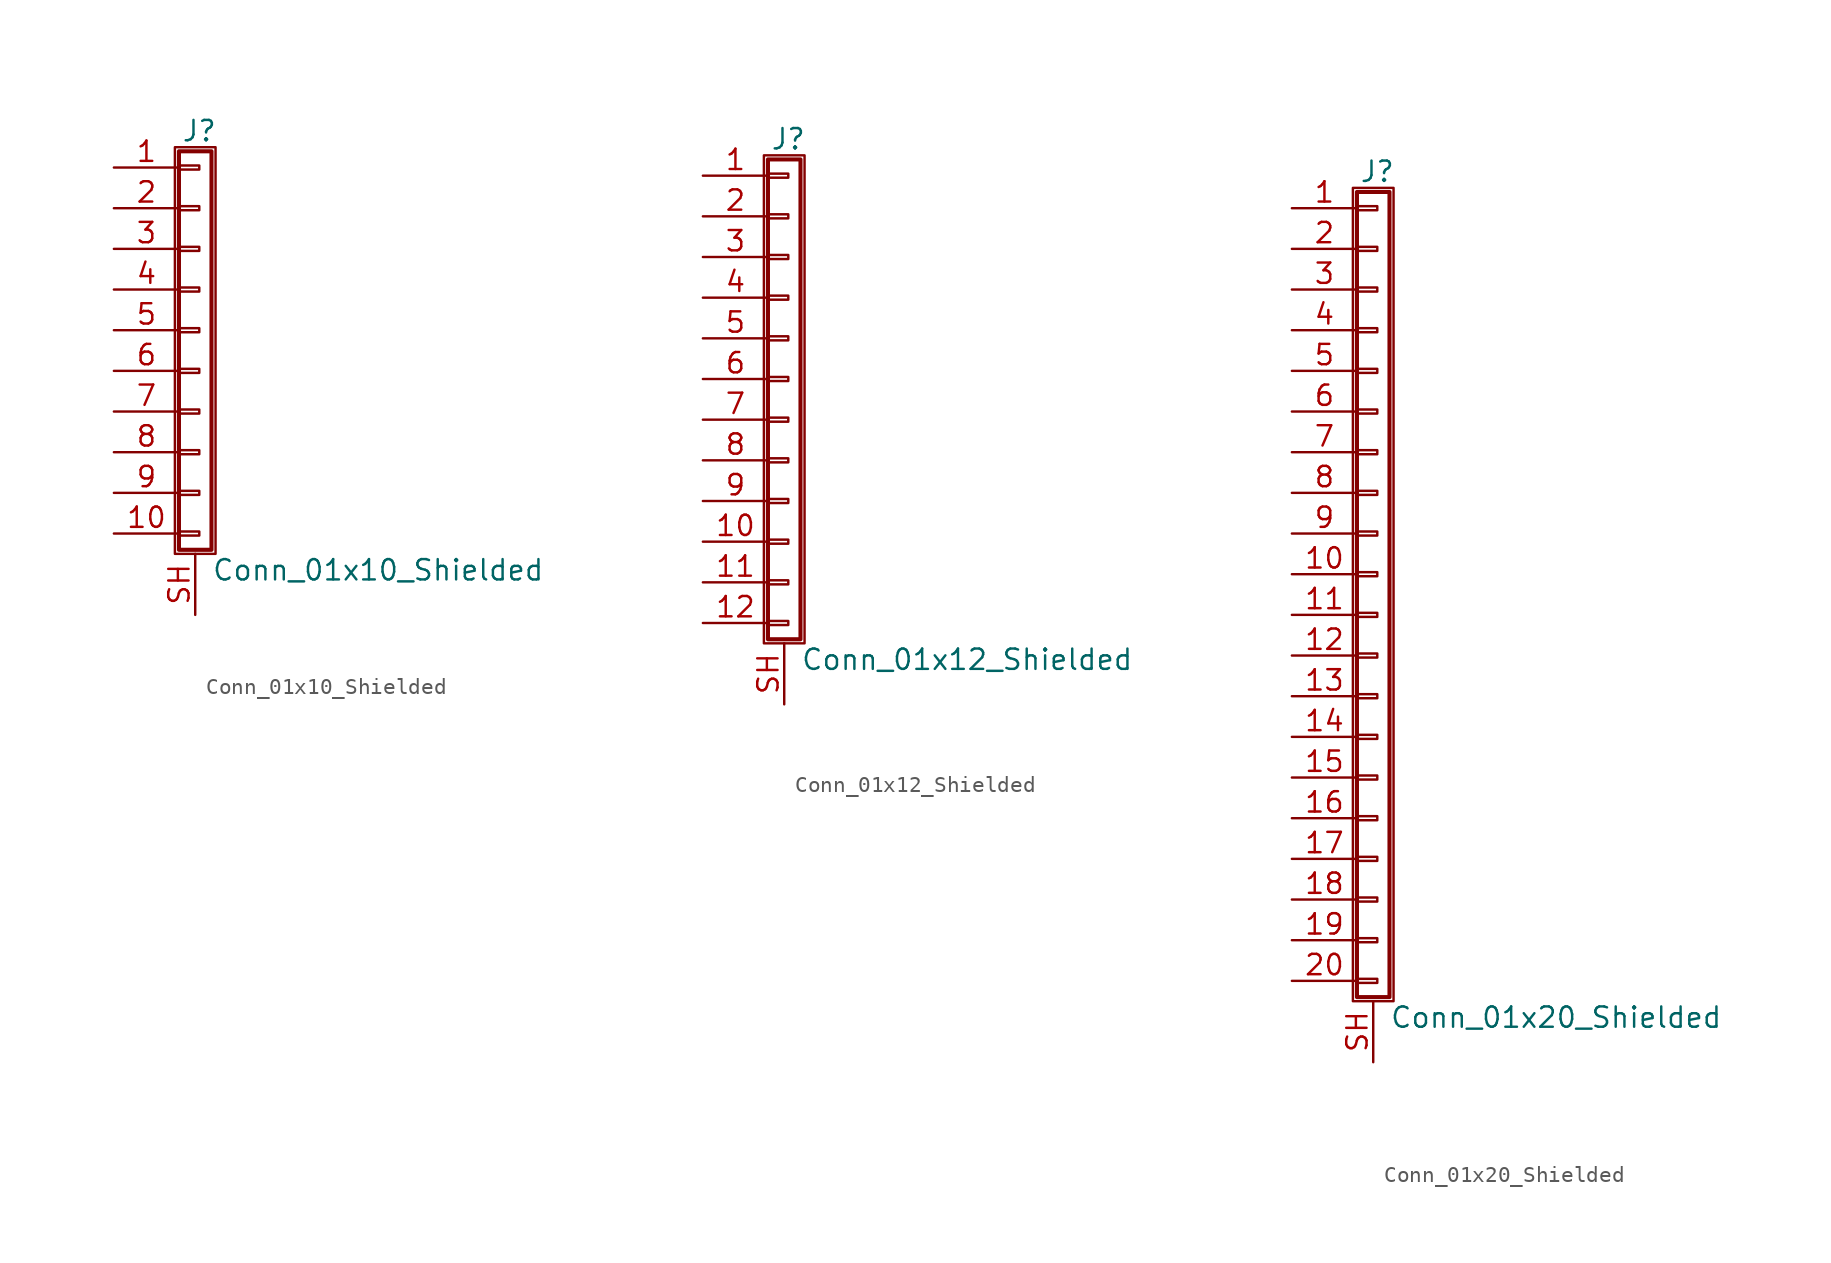
<source format=kicad_sym>
(kicad_symbol_lib
  (version 20241209)
  (generator "kicad_symbol_editor")
  (generator_version "9.0")
  (symbol "Conn_01x10_Shielded"
    (pin_names
      (offset 1.016)
      (hide yes))
    (property "Reference" "J"
      (at 0.254 12.446 0)
      (effects (font (size 1.27 1.27))))
    (property "Value" "Conn_01x10_Shielded"
      (at 1.016 -14.986 0)
      (effects (font (size 1.27 1.27)) (justify left)))
    (symbol "Conn_01x10_Shielded_1_1"
      (rectangle (start -1.27 11.43) (end 1.27 -13.97) (stroke (width 0.152) (type solid)) (fill (type none)))
      (rectangle (start -1.016 11.176) (end 1.016 -13.716) (stroke (width 0.254) (type solid)) (fill (type none)))
      (rectangle (start -1.016 10.287) (end 0.254 10.033) (stroke (width 0.152) (type solid)) (fill (type none)))
      (rectangle (start -1.016 7.747) (end 0.254 7.493) (stroke (width 0.152) (type solid)) (fill (type none)))
      (rectangle (start -1.016 5.207) (end 0.254 4.953) (stroke (width 0.152) (type solid)) (fill (type none)))
      (rectangle (start -1.016 2.667) (end 0.254 2.413) (stroke (width 0.152) (type solid)) (fill (type none)))
      (rectangle (start -1.016 0.127) (end 0.254 -0.127) (stroke (width 0.152) (type solid)) (fill (type none)))
      (rectangle (start -1.016 -2.413) (end 0.254 -2.667) (stroke (width 0.152) (type solid)) (fill (type none)))
      (rectangle (start -1.016 -4.953) (end 0.254 -5.207) (stroke (width 0.152) (type solid)) (fill (type none)))
      (rectangle (start -1.016 -7.493) (end 0.254 -7.747) (stroke (width 0.152) (type solid)) (fill (type none)))
      (rectangle (start -1.016 -10.033) (end 0.254 -10.287) (stroke (width 0.152) (type solid)) (fill (type none)))
      (rectangle (start -1.016 -12.573) (end 0.254 -12.827) (stroke (width 0.152) (type solid)) (fill (type none)))
      (pin passive line (at -5.08 10.16 0) (length 4.064) (name "Pin_1" (effects (font (size 1.27 1.27)))) (number "1" (effects (font (size 1.27 1.27)))))
      (pin passive line (at -5.08 7.62 0) (length 4.064) (name "Pin_2" (effects (font (size 1.27 1.27)))) (number "2" (effects (font (size 1.27 1.27)))))
      (pin passive line (at -5.08 5.08 0) (length 4.064) (name "Pin_3" (effects (font (size 1.27 1.27)))) (number "3" (effects (font (size 1.27 1.27)))))
      (pin passive line (at -5.08 2.54 0) (length 4.064) (name "Pin_4" (effects (font (size 1.27 1.27)))) (number "4" (effects (font (size 1.27 1.27)))))
      (pin passive line (at -5.08 0 0) (length 4.064) (name "Pin_5" (effects (font (size 1.27 1.27)))) (number "5" (effects (font (size 1.27 1.27)))))
      (pin passive line (at -5.08 -2.54 0) (length 4.064) (name "Pin_6" (effects (font (size 1.27 1.27)))) (number "6" (effects (font (size 1.27 1.27)))))
      (pin passive line (at -5.08 -5.08 0) (length 4.064) (name "Pin_7" (effects (font (size 1.27 1.27)))) (number "7" (effects (font (size 1.27 1.27)))))
      (pin passive line (at -5.08 -7.62 0) (length 4.064) (name "Pin_8" (effects (font (size 1.27 1.27)))) (number "8" (effects (font (size 1.27 1.27)))))
      (pin passive line (at -5.08 -10.16 0) (length 4.064) (name "Pin_9" (effects (font (size 1.27 1.27)))) (number "9" (effects (font (size 1.27 1.27)))))
      (pin passive line (at -5.08 -12.7 0) (length 4.064) (name "Pin_10" (effects (font (size 1.27 1.27)))) (number "10" (effects (font (size 1.27 1.27)))))
      (pin passive line (at 0 -17.78 90) (length 3.81) (name "Shield" (effects (font (size 1.27 1.27)))) (number "SH" (effects (font (size 1.27 1.27)))))))
  (symbol "Conn_01x12_Shielded"
    (pin_names
      (offset 1.016)
      (hide yes))
    (property "Reference" "J"
      (at 0.254 14.986 0)
      (effects (font (size 1.27 1.27))))
    (property "Value" "Conn_01x12_Shielded"
      (at 1.016 -17.526 0)
      (effects (font (size 1.27 1.27)) (justify left)))
    (symbol "Conn_01x12_Shielded_1_1"
      (rectangle (start -1.27 13.97) (end 1.27 -16.51) (stroke (width 0.152) (type solid)) (fill (type none)))
      (rectangle (start -1.016 13.716) (end 1.016 -16.256) (stroke (width 0.254) (type solid)) (fill (type none)))
      (rectangle (start -1.016 12.827) (end 0.254 12.573) (stroke (width 0.152) (type solid)) (fill (type none)))
      (rectangle (start -1.016 10.287) (end 0.254 10.033) (stroke (width 0.152) (type solid)) (fill (type none)))
      (rectangle (start -1.016 7.747) (end 0.254 7.493) (stroke (width 0.152) (type solid)) (fill (type none)))
      (rectangle (start -1.016 5.207) (end 0.254 4.953) (stroke (width 0.152) (type solid)) (fill (type none)))
      (rectangle (start -1.016 2.667) (end 0.254 2.413) (stroke (width 0.152) (type solid)) (fill (type none)))
      (rectangle (start -1.016 0.127) (end 0.254 -0.127) (stroke (width 0.152) (type solid)) (fill (type none)))
      (rectangle (start -1.016 -2.413) (end 0.254 -2.667) (stroke (width 0.152) (type solid)) (fill (type none)))
      (rectangle (start -1.016 -4.953) (end 0.254 -5.207) (stroke (width 0.152) (type solid)) (fill (type none)))
      (rectangle (start -1.016 -7.493) (end 0.254 -7.747) (stroke (width 0.152) (type solid)) (fill (type none)))
      (rectangle (start -1.016 -10.033) (end 0.254 -10.287) (stroke (width 0.152) (type solid)) (fill (type none)))
      (rectangle (start -1.016 -12.573) (end 0.254 -12.827) (stroke (width 0.152) (type solid)) (fill (type none)))
      (rectangle (start -1.016 -15.113) (end 0.254 -15.367) (stroke (width 0.152) (type solid)) (fill (type none)))
      (pin passive line (at -5.08 12.7 0) (length 4.064) (name "Pin_1" (effects (font (size 1.27 1.27)))) (number "1" (effects (font (size 1.27 1.27)))))
      (pin passive line (at -5.08 10.16 0) (length 4.064) (name "Pin_2" (effects (font (size 1.27 1.27)))) (number "2" (effects (font (size 1.27 1.27)))))
      (pin passive line (at -5.08 7.62 0) (length 4.064) (name "Pin_3" (effects (font (size 1.27 1.27)))) (number "3" (effects (font (size 1.27 1.27)))))
      (pin passive line (at -5.08 5.08 0) (length 4.064) (name "Pin_4" (effects (font (size 1.27 1.27)))) (number "4" (effects (font (size 1.27 1.27)))))
      (pin passive line (at -5.08 2.54 0) (length 4.064) (name "Pin_5" (effects (font (size 1.27 1.27)))) (number "5" (effects (font (size 1.27 1.27)))))
      (pin passive line (at -5.08 0 0) (length 4.064) (name "Pin_6" (effects (font (size 1.27 1.27)))) (number "6" (effects (font (size 1.27 1.27)))))
      (pin passive line (at -5.08 -2.54 0) (length 4.064) (name "Pin_7" (effects (font (size 1.27 1.27)))) (number "7" (effects (font (size 1.27 1.27)))))
      (pin passive line (at -5.08 -5.08 0) (length 4.064) (name "Pin_8" (effects (font (size 1.27 1.27)))) (number "8" (effects (font (size 1.27 1.27)))))
      (pin passive line (at -5.08 -7.62 0) (length 4.064) (name "Pin_9" (effects (font (size 1.27 1.27)))) (number "9" (effects (font (size 1.27 1.27)))))
      (pin passive line (at -5.08 -10.16 0) (length 4.064) (name "Pin_10" (effects (font (size 1.27 1.27)))) (number "10" (effects (font (size 1.27 1.27)))))
      (pin passive line (at -5.08 -12.7 0) (length 4.064) (name "Pin_11" (effects (font (size 1.27 1.27)))) (number "11" (effects (font (size 1.27 1.27)))))
      (pin passive line (at -5.08 -15.24 0) (length 4.064) (name "Pin_12" (effects (font (size 1.27 1.27)))) (number "12" (effects (font (size 1.27 1.27)))))
      (pin passive line (at 0 -20.32 90) (length 3.81) (name "Shield" (effects (font (size 1.27 1.27)))) (number "SH" (effects (font (size 1.27 1.27)))))))
  (symbol "Conn_01x20_Shielded"
    (pin_names
      (offset 1.016)
      (hide yes))
    (property "Reference" "J"
      (at 0.254 25.146 0)
      (effects (font (size 1.27 1.27))))
    (property "Value" "Conn_01x20_Shielded"
      (at 1.016 -27.686 0)
      (effects (font (size 1.27 1.27)) (justify left)))
    (symbol "Conn_01x20_Shielded_1_1"
      (rectangle (start -1.27 24.13) (end 1.27 -26.67) (stroke (width 0.152) (type solid)) (fill (type none)))
      (rectangle (start -1.016 23.876) (end 1.016 -26.416) (stroke (width 0.254) (type solid)) (fill (type none)))
      (rectangle (start -1.016 22.987) (end 0.254 22.733) (stroke (width 0.152) (type solid)) (fill (type none)))
      (rectangle (start -1.016 20.447) (end 0.254 20.193) (stroke (width 0.152) (type solid)) (fill (type none)))
      (rectangle (start -1.016 17.907) (end 0.254 17.653) (stroke (width 0.152) (type solid)) (fill (type none)))
      (rectangle (start -1.016 15.367) (end 0.254 15.113) (stroke (width 0.152) (type solid)) (fill (type none)))
      (rectangle (start -1.016 12.827) (end 0.254 12.573) (stroke (width 0.152) (type solid)) (fill (type none)))
      (rectangle (start -1.016 10.287) (end 0.254 10.033) (stroke (width 0.152) (type solid)) (fill (type none)))
      (rectangle (start -1.016 7.747) (end 0.254 7.493) (stroke (width 0.152) (type solid)) (fill (type none)))
      (rectangle (start -1.016 5.207) (end 0.254 4.953) (stroke (width 0.152) (type solid)) (fill (type none)))
      (rectangle (start -1.016 2.667) (end 0.254 2.413) (stroke (width 0.152) (type solid)) (fill (type none)))
      (rectangle (start -1.016 0.127) (end 0.254 -0.127) (stroke (width 0.152) (type solid)) (fill (type none)))
      (rectangle (start -1.016 -2.413) (end 0.254 -2.667) (stroke (width 0.152) (type solid)) (fill (type none)))
      (rectangle (start -1.016 -4.953) (end 0.254 -5.207) (stroke (width 0.152) (type solid)) (fill (type none)))
      (rectangle (start -1.016 -7.493) (end 0.254 -7.747) (stroke (width 0.152) (type solid)) (fill (type none)))
      (rectangle (start -1.016 -10.033) (end 0.254 -10.287) (stroke (width 0.152) (type solid)) (fill (type none)))
      (rectangle (start -1.016 -12.573) (end 0.254 -12.827) (stroke (width 0.152) (type solid)) (fill (type none)))
      (rectangle (start -1.016 -15.113) (end 0.254 -15.367) (stroke (width 0.152) (type solid)) (fill (type none)))
      (rectangle (start -1.016 -17.653) (end 0.254 -17.907) (stroke (width 0.152) (type solid)) (fill (type none)))
      (rectangle (start -1.016 -20.193) (end 0.254 -20.447) (stroke (width 0.152) (type solid)) (fill (type none)))
      (rectangle (start -1.016 -22.733) (end 0.254 -22.987) (stroke (width 0.152) (type solid)) (fill (type none)))
      (rectangle (start -1.016 -25.273) (end 0.254 -25.527) (stroke (width 0.152) (type solid)) (fill (type none)))
      (pin passive line (at -5.08 22.86 0) (length 4.064) (name "Pin_1" (effects (font (size 1.27 1.27)))) (number "1" (effects (font (size 1.27 1.27)))))
      (pin passive line (at -5.08 20.32 0) (length 4.064) (name "Pin_2" (effects (font (size 1.27 1.27)))) (number "2" (effects (font (size 1.27 1.27)))))
      (pin passive line (at -5.08 17.78 0) (length 4.064) (name "Pin_3" (effects (font (size 1.27 1.27)))) (number "3" (effects (font (size 1.27 1.27)))))
      (pin passive line (at -5.08 15.24 0) (length 4.064) (name "Pin_4" (effects (font (size 1.27 1.27)))) (number "4" (effects (font (size 1.27 1.27)))))
      (pin passive line (at -5.08 12.7 0) (length 4.064) (name "Pin_5" (effects (font (size 1.27 1.27)))) (number "5" (effects (font (size 1.27 1.27)))))
      (pin passive line (at -5.08 10.16 0) (length 4.064) (name "Pin_6" (effects (font (size 1.27 1.27)))) (number "6" (effects (font (size 1.27 1.27)))))
      (pin passive line (at -5.08 7.62 0) (length 4.064) (name "Pin_7" (effects (font (size 1.27 1.27)))) (number "7" (effects (font (size 1.27 1.27)))))
      (pin passive line (at -5.08 5.08 0) (length 4.064) (name "Pin_8" (effects (font (size 1.27 1.27)))) (number "8" (effects (font (size 1.27 1.27)))))
      (pin passive line (at -5.08 2.54 0) (length 4.064) (name "Pin_9" (effects (font (size 1.27 1.27)))) (number "9" (effects (font (size 1.27 1.27)))))
      (pin passive line (at -5.08 0 0) (length 4.064) (name "Pin_10" (effects (font (size 1.27 1.27)))) (number "10" (effects (font (size 1.27 1.27)))))
      (pin passive line (at -5.08 -2.54 0) (length 4.064) (name "Pin_11" (effects (font (size 1.27 1.27)))) (number "11" (effects (font (size 1.27 1.27)))))
      (pin passive line (at -5.08 -5.08 0) (length 4.064) (name "Pin_12" (effects (font (size 1.27 1.27)))) (number "12" (effects (font (size 1.27 1.27)))))
      (pin passive line (at -5.08 -7.62 0) (length 4.064) (name "Pin_13" (effects (font (size 1.27 1.27)))) (number "13" (effects (font (size 1.27 1.27)))))
      (pin passive line (at -5.08 -10.16 0) (length 4.064) (name "Pin_14" (effects (font (size 1.27 1.27)))) (number "14" (effects (font (size 1.27 1.27)))))
      (pin passive line (at -5.08 -12.7 0) (length 4.064) (name "Pin_15" (effects (font (size 1.27 1.27)))) (number "15" (effects (font (size 1.27 1.27)))))
      (pin passive line (at -5.08 -15.24 0) (length 4.064) (name "Pin_16" (effects (font (size 1.27 1.27)))) (number "16" (effects (font (size 1.27 1.27)))))
      (pin passive line (at -5.08 -17.78 0) (length 4.064) (name "Pin_17" (effects (font (size 1.27 1.27)))) (number "17" (effects (font (size 1.27 1.27)))))
      (pin passive line (at -5.08 -20.32 0) (length 4.064) (name "Pin_18" (effects (font (size 1.27 1.27)))) (number "18" (effects (font (size 1.27 1.27)))))
      (pin passive line (at -5.08 -22.86 0) (length 4.064) (name "Pin_19" (effects (font (size 1.27 1.27)))) (number "19" (effects (font (size 1.27 1.27)))))
      (pin passive line (at -5.08 -25.4 0) (length 4.064) (name "Pin_20" (effects (font (size 1.27 1.27)))) (number "20" (effects (font (size 1.27 1.27)))))
      (pin passive line (at 0 -30.48 90) (length 3.81) (name "Shield" (effects (font (size 1.27 1.27)))) (number "SH" (effects (font (size 1.27 1.27))))))))
</source>
